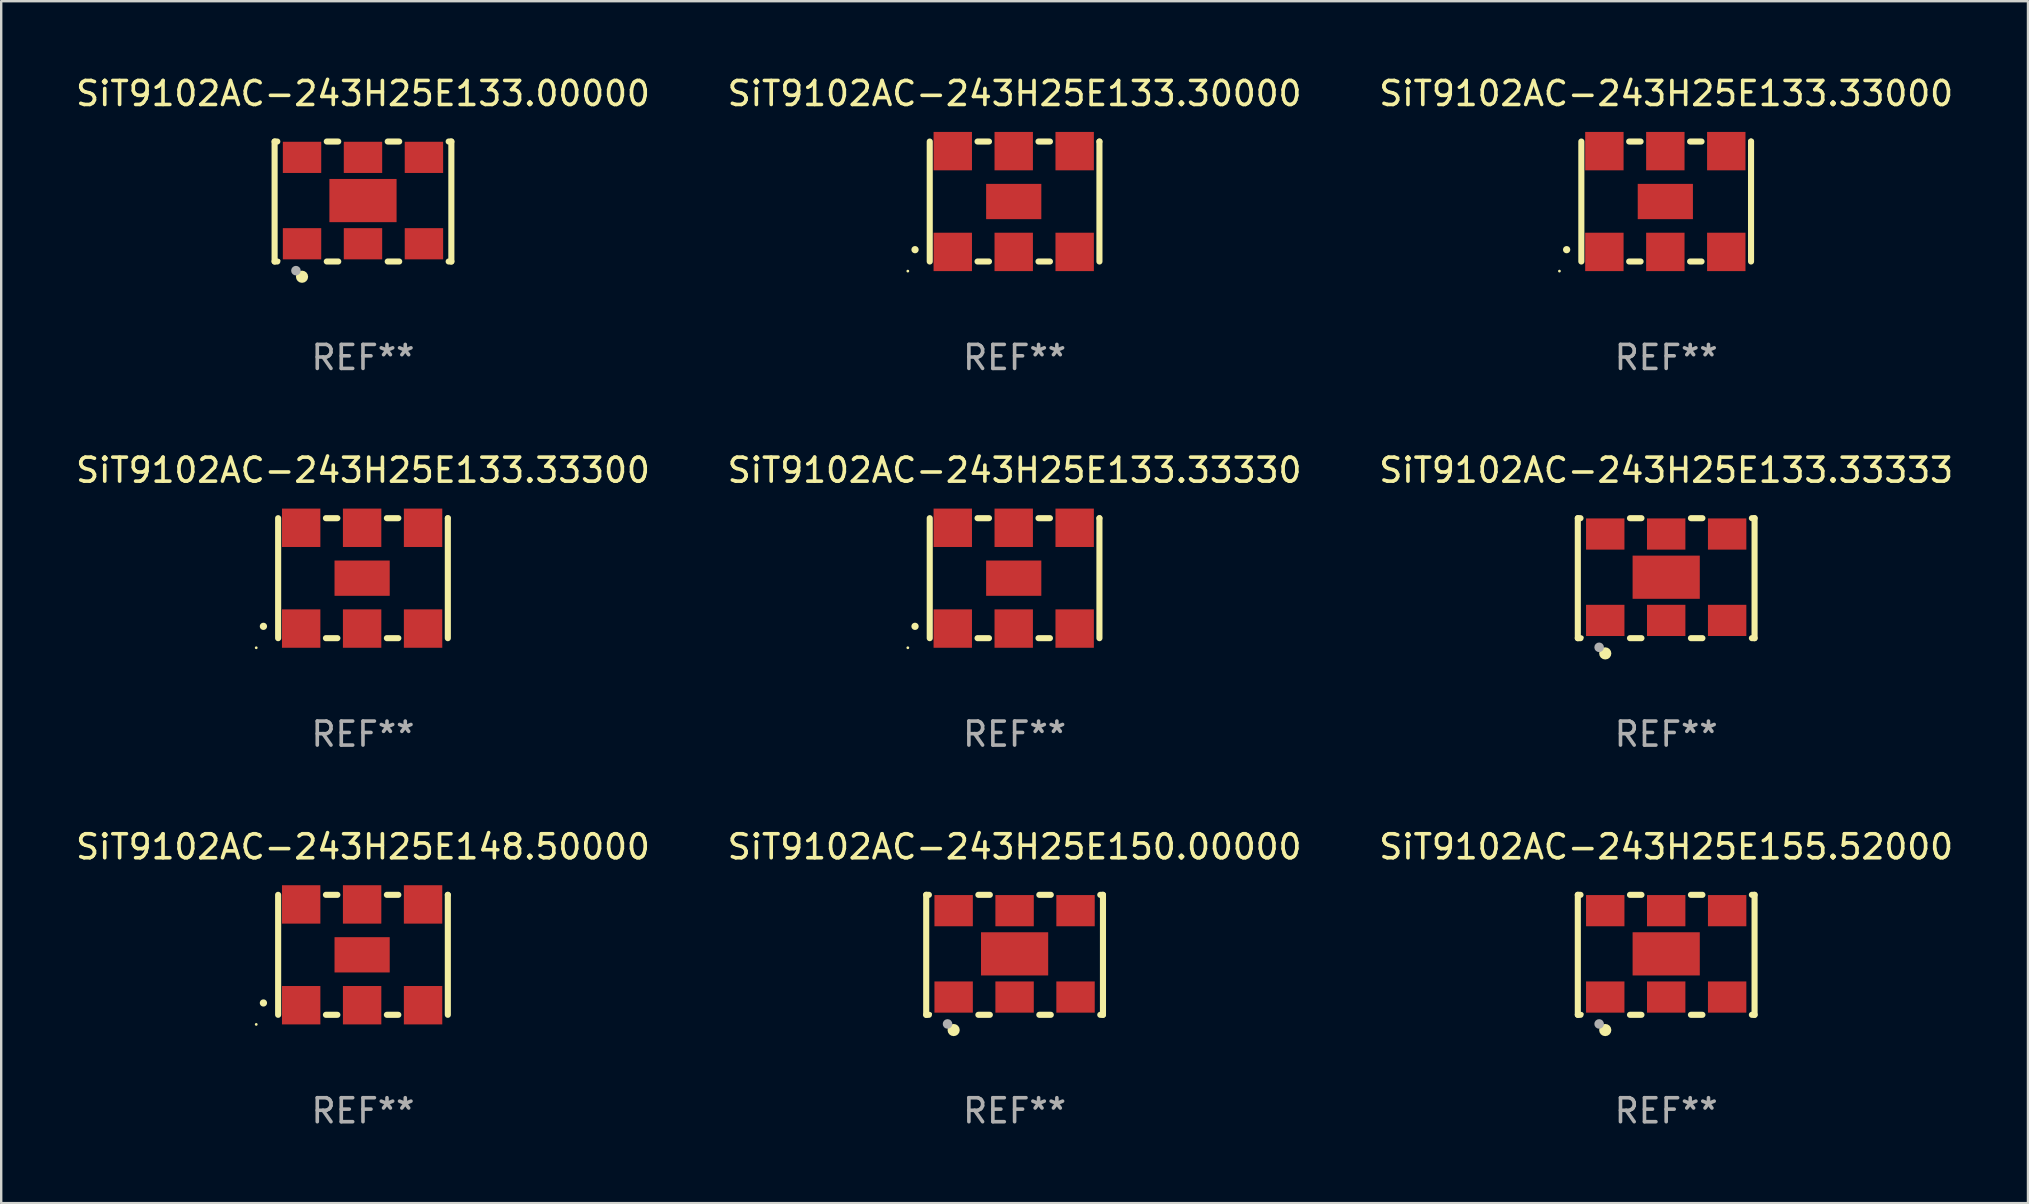
<source format=kicad_pcb>
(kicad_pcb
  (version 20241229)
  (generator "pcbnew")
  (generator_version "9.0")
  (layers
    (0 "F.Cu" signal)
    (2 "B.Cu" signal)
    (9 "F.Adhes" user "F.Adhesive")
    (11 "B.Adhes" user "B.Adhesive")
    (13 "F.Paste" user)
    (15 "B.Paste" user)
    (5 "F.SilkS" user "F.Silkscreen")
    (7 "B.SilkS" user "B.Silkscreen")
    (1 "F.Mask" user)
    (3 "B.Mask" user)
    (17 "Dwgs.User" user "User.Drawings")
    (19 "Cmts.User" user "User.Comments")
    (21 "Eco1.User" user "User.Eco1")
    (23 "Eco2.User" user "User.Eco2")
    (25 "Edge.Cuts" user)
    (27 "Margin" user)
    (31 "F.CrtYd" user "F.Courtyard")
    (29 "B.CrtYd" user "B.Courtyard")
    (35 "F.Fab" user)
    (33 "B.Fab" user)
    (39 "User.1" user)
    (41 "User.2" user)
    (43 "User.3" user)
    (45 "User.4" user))
  (footprint "SiT9102AC-243H25E150.00000"
    (layer "F.Cu")
    (at 39.232 36.741)
    (property "Reference" "SiT9102AC-243H25E150.00000" (at 0 -4.5 0) (layer "F.SilkS") (effects (font (size 1 1) (thickness 0.15))))
    (attr through_hole)
    (fp_line (start -3.683 -2.5) (end -3.571 -2.5) (stroke (width 0.254) (type solid)) (layer "F.SilkS"))
    (fp_line (start -3.683 2.5) (end -3.683 -2.5) (stroke (width 0.254) (type solid)) (layer "F.SilkS"))
    (fp_line (start -3.683 2.5) (end -3.571 2.5) (stroke (width 0.254) (type solid)) (layer "F.SilkS"))
    (fp_line (start -1.509 -2.5) (end -1.031 -2.5) (stroke (width 0.254) (type solid)) (layer "F.SilkS"))
    (fp_line (start -1.509 2.5) (end -1.031 2.5) (stroke (width 0.254) (type solid)) (layer "F.SilkS"))
    (fp_line (start 1.031 -2.5) (end 1.509 -2.5) (stroke (width 0.254) (type solid)) (layer "F.SilkS"))
    (fp_line (start 1.031 2.5) (end 1.509 2.5) (stroke (width 0.254) (type solid)) (layer "F.SilkS"))
    (fp_line (start 3.571 -2.5) (end 3.683 -2.5) (stroke (width 0.254) (type solid)) (layer "F.SilkS"))
    (fp_line (start 3.571 2.5) (end 3.683 2.5) (stroke (width 0.254) (type solid)) (layer "F.SilkS"))
    (fp_line (start 3.683 2.5) (end 3.683 -2.5) (stroke (width 0.254) (type solid)) (layer "F.SilkS"))
    (fp_circle (center -3.5 2.46) (end -3.47 2.46) (stroke (width 0.06) (type solid)) (fill no) (layer "F.SilkS"))
    (fp_circle (center -2.54 3.135) (end -2.413 3.135) (stroke (width 0.254) (type solid)) (fill no) (layer "F.SilkS"))
    (fp_circle (center -2.794 2.881) (end -2.694 2.881) (stroke (width 0.2) (type solid)) (fill no) (layer "F.Fab"))
    (fp_text user "REF**" (at 0 6.5 0) (layer "F.Fab") (effects (font (size 1 1) (thickness 0.15))))
    (pad "1" smd rect (at -2.54 1.76) (size 1.6 1.3) (layers "F.Cu" "F.Mask" "F.Paste"))
    (pad "2" smd rect (at 0 1.76) (size 1.6 1.3) (layers "F.Cu" "F.Mask" "F.Paste"))
    (pad "3" smd rect (at 2.54 1.76) (size 1.6 1.3) (layers "F.Cu" "F.Mask" "F.Paste"))
    (pad "4" smd rect (at 2.54 -1.84) (size 1.6 1.3) (layers "F.Cu" "F.Mask" "F.Paste"))
    (pad "5" smd rect (at 0 -1.84) (size 1.6 1.3) (layers "F.Cu" "F.Mask" "F.Paste"))
    (pad "6" smd rect (at -2.54 -1.84) (size 1.6 1.3) (layers "F.Cu" "F.Mask" "F.Paste"))
    (pad "7" smd rect (at 0 -0.04) (size 2.8 1.8) (layers "F.Cu" "F.Mask" "F.Paste")))
  (footprint "SiT9102AC-243H25E133.33330"
    (layer "F.Cu")
    (at 39.232 21.045)
    (property "Reference" "SiT9102AC-243H25E133.33330" (at 0 -4.5 0) (layer "F.SilkS") (effects (font (size 1 1) (thickness 0.15))))
    (attr through_hole)
    (fp_line (start -3.536 -2.5) (end -3.536 2.5) (stroke (width 0.254) (type solid)) (layer "F.SilkS"))
    (fp_line (start -1.544 2.5) (end -1.067 2.5) (stroke (width 0.254) (type solid)) (layer "F.SilkS"))
    (fp_line (start -1.067 -2.5) (end -1.544 -2.5) (stroke (width 0.254) (type solid)) (layer "F.SilkS"))
    (fp_line (start 0.996 2.5) (end 1.473 2.5) (stroke (width 0.254) (type solid)) (layer "F.SilkS"))
    (fp_line (start 1.473 -2.5) (end 0.996 -2.5) (stroke (width 0.254) (type solid)) (layer "F.SilkS"))
    (fp_line (start 3.536 -2.5) (end 3.536 -2.5) (stroke (width 0.254) (type solid)) (layer "F.SilkS"))
    (fp_line (start 3.536 2.5) (end 3.536 -2.5) (stroke (width 0.254) (type solid)) (layer "F.SilkS"))
    (fp_arc (start -4.150432 2.006604) (mid -4.149162 2.006599) (end -4.147892 2.006604) (stroke (width 0.3) (type solid)) (layer "F.SilkS"))
    (fp_circle (center -4.449 2.9) (end -4.419 2.9) (stroke (width 0.06) (type solid)) (fill no) (layer "F.SilkS"))
    (fp_text user "REF**" (at 0 6.5 0) (layer "F.Fab") (effects (font (size 1 1) (thickness 0.15))))
    (pad "1" smd rect (at -2.576 2.1) (size 1.6 1.6) (layers "F.Cu" "F.Mask" "F.Paste"))
    (pad "2" smd rect (at -0.036 2.1) (size 1.6 1.6) (layers "F.Cu" "F.Mask" "F.Paste"))
    (pad "3" smd rect (at 2.504 2.1) (size 1.6 1.6) (layers "F.Cu" "F.Mask" "F.Paste"))
    (pad "4" smd rect (at 2.504 -2.1) (size 1.6 1.6) (layers "F.Cu" "F.Mask" "F.Paste"))
    (pad "5" smd rect (at -0.036 -2.1) (size 1.6 1.6) (layers "F.Cu" "F.Mask" "F.Paste"))
    (pad "6" smd rect (at -2.576 -2.1) (size 1.6 1.6) (layers "F.Cu" "F.Mask" "F.Paste"))
    (pad "7" smd rect (at -0.036 0) (size 2.3 1.47) (layers "F.Cu" "F.Mask" "F.Paste")))
  (footprint "SiT9102AC-243H25E133.33000"
    (layer "F.Cu")
    (at 66.387 5.348)
    (property "Reference" "SiT9102AC-243H25E133.33000" (at 0 -4.5 0) (layer "F.SilkS") (effects (font (size 1 1) (thickness 0.15))))
    (attr through_hole)
    (fp_line (start -3.536 -2.5) (end -3.536 2.5) (stroke (width 0.254) (type solid)) (layer "F.SilkS"))
    (fp_line (start -1.544 2.5) (end -1.067 2.5) (stroke (width 0.254) (type solid)) (layer "F.SilkS"))
    (fp_line (start -1.067 -2.5) (end -1.544 -2.5) (stroke (width 0.254) (type solid)) (layer "F.SilkS"))
    (fp_line (start 0.996 2.5) (end 1.473 2.5) (stroke (width 0.254) (type solid)) (layer "F.SilkS"))
    (fp_line (start 1.473 -2.5) (end 0.996 -2.5) (stroke (width 0.254) (type solid)) (layer "F.SilkS"))
    (fp_line (start 3.536 -2.5) (end 3.536 -2.5) (stroke (width 0.254) (type solid)) (layer "F.SilkS"))
    (fp_line (start 3.536 2.5) (end 3.536 -2.5) (stroke (width 0.254) (type solid)) (layer "F.SilkS"))
    (fp_arc (start -4.150432 2.006604) (mid -4.149162 2.006599) (end -4.147892 2.006604) (stroke (width 0.3) (type solid)) (layer "F.SilkS"))
    (fp_circle (center -4.449 2.9) (end -4.419 2.9) (stroke (width 0.06) (type solid)) (fill no) (layer "F.SilkS"))
    (fp_text user "REF**" (at 0 6.5 0) (layer "F.Fab") (effects (font (size 1 1) (thickness 0.15))))
    (pad "1" smd rect (at -2.576 2.1) (size 1.6 1.6) (layers "F.Cu" "F.Mask" "F.Paste"))
    (pad "2" smd rect (at -0.036 2.1) (size 1.6 1.6) (layers "F.Cu" "F.Mask" "F.Paste"))
    (pad "3" smd rect (at 2.504 2.1) (size 1.6 1.6) (layers "F.Cu" "F.Mask" "F.Paste"))
    (pad "4" smd rect (at 2.504 -2.1) (size 1.6 1.6) (layers "F.Cu" "F.Mask" "F.Paste"))
    (pad "5" smd rect (at -0.036 -2.1) (size 1.6 1.6) (layers "F.Cu" "F.Mask" "F.Paste"))
    (pad "6" smd rect (at -2.576 -2.1) (size 1.6 1.6) (layers "F.Cu" "F.Mask" "F.Paste"))
    (pad "7" smd rect (at -0.036 0) (size 2.3 1.47) (layers "F.Cu" "F.Mask" "F.Paste")))
  (footprint "SiT9102AC-243H25E133.33300"
    (layer "F.Cu")
    (at 12.077 21.045)
    (property "Reference" "SiT9102AC-243H25E133.33300" (at 0 -4.5 0) (layer "F.SilkS") (effects (font (size 1 1) (thickness 0.15))))
    (attr through_hole)
    (fp_line (start -3.536 -2.5) (end -3.536 2.5) (stroke (width 0.254) (type solid)) (layer "F.SilkS"))
    (fp_line (start -1.544 2.5) (end -1.067 2.5) (stroke (width 0.254) (type solid)) (layer "F.SilkS"))
    (fp_line (start -1.067 -2.5) (end -1.544 -2.5) (stroke (width 0.254) (type solid)) (layer "F.SilkS"))
    (fp_line (start 0.996 2.5) (end 1.473 2.5) (stroke (width 0.254) (type solid)) (layer "F.SilkS"))
    (fp_line (start 1.473 -2.5) (end 0.996 -2.5) (stroke (width 0.254) (type solid)) (layer "F.SilkS"))
    (fp_line (start 3.536 -2.5) (end 3.536 -2.5) (stroke (width 0.254) (type solid)) (layer "F.SilkS"))
    (fp_line (start 3.536 2.5) (end 3.536 -2.5) (stroke (width 0.254) (type solid)) (layer "F.SilkS"))
    (fp_arc (start -4.150432 2.006604) (mid -4.149162 2.006599) (end -4.147892 2.006604) (stroke (width 0.3) (type solid)) (layer "F.SilkS"))
    (fp_circle (center -4.449 2.9) (end -4.419 2.9) (stroke (width 0.06) (type solid)) (fill no) (layer "F.SilkS"))
    (fp_text user "REF**" (at 0 6.5 0) (layer "F.Fab") (effects (font (size 1 1) (thickness 0.15))))
    (pad "1" smd rect (at -2.576 2.1) (size 1.6 1.6) (layers "F.Cu" "F.Mask" "F.Paste"))
    (pad "2" smd rect (at -0.036 2.1) (size 1.6 1.6) (layers "F.Cu" "F.Mask" "F.Paste"))
    (pad "3" smd rect (at 2.504 2.1) (size 1.6 1.6) (layers "F.Cu" "F.Mask" "F.Paste"))
    (pad "4" smd rect (at 2.504 -2.1) (size 1.6 1.6) (layers "F.Cu" "F.Mask" "F.Paste"))
    (pad "5" smd rect (at -0.036 -2.1) (size 1.6 1.6) (layers "F.Cu" "F.Mask" "F.Paste"))
    (pad "6" smd rect (at -2.576 -2.1) (size 1.6 1.6) (layers "F.Cu" "F.Mask" "F.Paste"))
    (pad "7" smd rect (at -0.036 0) (size 2.3 1.47) (layers "F.Cu" "F.Mask" "F.Paste")))
  (footprint "SiT9102AC-243H25E148.50000"
    (layer "F.Cu")
    (at 12.077 36.741)
    (property "Reference" "SiT9102AC-243H25E148.50000" (at 0 -4.5 0) (layer "F.SilkS") (effects (font (size 1 1) (thickness 0.15))))
    (attr through_hole)
    (fp_line (start -3.536 -2.5) (end -3.536 2.5) (stroke (width 0.254) (type solid)) (layer "F.SilkS"))
    (fp_line (start -1.544 2.5) (end -1.067 2.5) (stroke (width 0.254) (type solid)) (layer "F.SilkS"))
    (fp_line (start -1.067 -2.5) (end -1.544 -2.5) (stroke (width 0.254) (type solid)) (layer "F.SilkS"))
    (fp_line (start 0.996 2.5) (end 1.473 2.5) (stroke (width 0.254) (type solid)) (layer "F.SilkS"))
    (fp_line (start 1.473 -2.5) (end 0.996 -2.5) (stroke (width 0.254) (type solid)) (layer "F.SilkS"))
    (fp_line (start 3.536 -2.5) (end 3.536 -2.5) (stroke (width 0.254) (type solid)) (layer "F.SilkS"))
    (fp_line (start 3.536 2.5) (end 3.536 -2.5) (stroke (width 0.254) (type solid)) (layer "F.SilkS"))
    (fp_arc (start -4.150432 2.006604) (mid -4.149162 2.006599) (end -4.147892 2.006604) (stroke (width 0.3) (type solid)) (layer "F.SilkS"))
    (fp_circle (center -4.449 2.9) (end -4.419 2.9) (stroke (width 0.06) (type solid)) (fill no) (layer "F.SilkS"))
    (fp_text user "REF**" (at 0 6.5 0) (layer "F.Fab") (effects (font (size 1 1) (thickness 0.15))))
    (pad "1" smd rect (at -2.576 2.1) (size 1.6 1.6) (layers "F.Cu" "F.Mask" "F.Paste"))
    (pad "2" smd rect (at -0.036 2.1) (size 1.6 1.6) (layers "F.Cu" "F.Mask" "F.Paste"))
    (pad "3" smd rect (at 2.504 2.1) (size 1.6 1.6) (layers "F.Cu" "F.Mask" "F.Paste"))
    (pad "4" smd rect (at 2.504 -2.1) (size 1.6 1.6) (layers "F.Cu" "F.Mask" "F.Paste"))
    (pad "5" smd rect (at -0.036 -2.1) (size 1.6 1.6) (layers "F.Cu" "F.Mask" "F.Paste"))
    (pad "6" smd rect (at -2.576 -2.1) (size 1.6 1.6) (layers "F.Cu" "F.Mask" "F.Paste"))
    (pad "7" smd rect (at -0.036 0) (size 2.3 1.47) (layers "F.Cu" "F.Mask" "F.Paste")))
  (footprint "SiT9102AC-243H25E133.30000"
    (layer "F.Cu")
    (at 39.232 5.348)
    (property "Reference" "SiT9102AC-243H25E133.30000" (at 0 -4.5 0) (layer "F.SilkS") (effects (font (size 1 1) (thickness 0.15))))
    (attr through_hole)
    (fp_line (start -3.536 -2.5) (end -3.536 2.5) (stroke (width 0.254) (type solid)) (layer "F.SilkS"))
    (fp_line (start -1.544 2.5) (end -1.067 2.5) (stroke (width 0.254) (type solid)) (layer "F.SilkS"))
    (fp_line (start -1.067 -2.5) (end -1.544 -2.5) (stroke (width 0.254) (type solid)) (layer "F.SilkS"))
    (fp_line (start 0.996 2.5) (end 1.473 2.5) (stroke (width 0.254) (type solid)) (layer "F.SilkS"))
    (fp_line (start 1.473 -2.5) (end 0.996 -2.5) (stroke (width 0.254) (type solid)) (layer "F.SilkS"))
    (fp_line (start 3.536 -2.5) (end 3.536 -2.5) (stroke (width 0.254) (type solid)) (layer "F.SilkS"))
    (fp_line (start 3.536 2.5) (end 3.536 -2.5) (stroke (width 0.254) (type solid)) (layer "F.SilkS"))
    (fp_arc (start -4.150432 2.006604) (mid -4.149162 2.006599) (end -4.147892 2.006604) (stroke (width 0.3) (type solid)) (layer "F.SilkS"))
    (fp_circle (center -4.449 2.9) (end -4.419 2.9) (stroke (width 0.06) (type solid)) (fill no) (layer "F.SilkS"))
    (fp_text user "REF**" (at 0 6.5 0) (layer "F.Fab") (effects (font (size 1 1) (thickness 0.15))))
    (pad "1" smd rect (at -2.576 2.1) (size 1.6 1.6) (layers "F.Cu" "F.Mask" "F.Paste"))
    (pad "2" smd rect (at -0.036 2.1) (size 1.6 1.6) (layers "F.Cu" "F.Mask" "F.Paste"))
    (pad "3" smd rect (at 2.504 2.1) (size 1.6 1.6) (layers "F.Cu" "F.Mask" "F.Paste"))
    (pad "4" smd rect (at 2.504 -2.1) (size 1.6 1.6) (layers "F.Cu" "F.Mask" "F.Paste"))
    (pad "5" smd rect (at -0.036 -2.1) (size 1.6 1.6) (layers "F.Cu" "F.Mask" "F.Paste"))
    (pad "6" smd rect (at -2.576 -2.1) (size 1.6 1.6) (layers "F.Cu" "F.Mask" "F.Paste"))
    (pad "7" smd rect (at -0.036 0) (size 2.3 1.47) (layers "F.Cu" "F.Mask" "F.Paste")))
  (footprint "SiT9102AC-243H25E155.52000"
    (layer "F.Cu")
    (at 66.387 36.741)
    (property "Reference" "SiT9102AC-243H25E155.52000" (at 0 -4.5 0) (layer "F.SilkS") (effects (font (size 1 1) (thickness 0.15))))
    (attr through_hole)
    (fp_line (start -3.683 -2.5) (end -3.571 -2.5) (stroke (width 0.254) (type solid)) (layer "F.SilkS"))
    (fp_line (start -3.683 2.5) (end -3.683 -2.5) (stroke (width 0.254) (type solid)) (layer "F.SilkS"))
    (fp_line (start -3.683 2.5) (end -3.571 2.5) (stroke (width 0.254) (type solid)) (layer "F.SilkS"))
    (fp_line (start -1.509 -2.5) (end -1.031 -2.5) (stroke (width 0.254) (type solid)) (layer "F.SilkS"))
    (fp_line (start -1.509 2.5) (end -1.031 2.5) (stroke (width 0.254) (type solid)) (layer "F.SilkS"))
    (fp_line (start 1.031 -2.5) (end 1.509 -2.5) (stroke (width 0.254) (type solid)) (layer "F.SilkS"))
    (fp_line (start 1.031 2.5) (end 1.509 2.5) (stroke (width 0.254) (type solid)) (layer "F.SilkS"))
    (fp_line (start 3.571 -2.5) (end 3.683 -2.5) (stroke (width 0.254) (type solid)) (layer "F.SilkS"))
    (fp_line (start 3.571 2.5) (end 3.683 2.5) (stroke (width 0.254) (type solid)) (layer "F.SilkS"))
    (fp_line (start 3.683 2.5) (end 3.683 -2.5) (stroke (width 0.254) (type solid)) (layer "F.SilkS"))
    (fp_circle (center -3.5 2.46) (end -3.47 2.46) (stroke (width 0.06) (type solid)) (fill no) (layer "F.SilkS"))
    (fp_circle (center -2.54 3.135) (end -2.413 3.135) (stroke (width 0.254) (type solid)) (fill no) (layer "F.SilkS"))
    (fp_circle (center -2.794 2.881) (end -2.694 2.881) (stroke (width 0.2) (type solid)) (fill no) (layer "F.Fab"))
    (fp_text user "REF**" (at 0 6.5 0) (layer "F.Fab") (effects (font (size 1 1) (thickness 0.15))))
    (pad "1" smd rect (at -2.54 1.76) (size 1.6 1.3) (layers "F.Cu" "F.Mask" "F.Paste"))
    (pad "2" smd rect (at 0 1.76) (size 1.6 1.3) (layers "F.Cu" "F.Mask" "F.Paste"))
    (pad "3" smd rect (at 2.54 1.76) (size 1.6 1.3) (layers "F.Cu" "F.Mask" "F.Paste"))
    (pad "4" smd rect (at 2.54 -1.84) (size 1.6 1.3) (layers "F.Cu" "F.Mask" "F.Paste"))
    (pad "5" smd rect (at 0 -1.84) (size 1.6 1.3) (layers "F.Cu" "F.Mask" "F.Paste"))
    (pad "6" smd rect (at -2.54 -1.84) (size 1.6 1.3) (layers "F.Cu" "F.Mask" "F.Paste"))
    (pad "7" smd rect (at 0 -0.04) (size 2.8 1.8) (layers "F.Cu" "F.Mask" "F.Paste")))
  (footprint "SiT9102AC-243H25E133.33333"
    (layer "F.Cu")
    (at 66.387 21.045)
    (property "Reference" "SiT9102AC-243H25E133.33333" (at 0 -4.5 0) (layer "F.SilkS") (effects (font (size 1 1) (thickness 0.15))))
    (attr through_hole)
    (fp_line (start -3.683 -2.5) (end -3.571 -2.5) (stroke (width 0.254) (type solid)) (layer "F.SilkS"))
    (fp_line (start -3.683 2.5) (end -3.683 -2.5) (stroke (width 0.254) (type solid)) (layer "F.SilkS"))
    (fp_line (start -3.683 2.5) (end -3.571 2.5) (stroke (width 0.254) (type solid)) (layer "F.SilkS"))
    (fp_line (start -1.509 -2.5) (end -1.031 -2.5) (stroke (width 0.254) (type solid)) (layer "F.SilkS"))
    (fp_line (start -1.509 2.5) (end -1.031 2.5) (stroke (width 0.254) (type solid)) (layer "F.SilkS"))
    (fp_line (start 1.031 -2.5) (end 1.509 -2.5) (stroke (width 0.254) (type solid)) (layer "F.SilkS"))
    (fp_line (start 1.031 2.5) (end 1.509 2.5) (stroke (width 0.254) (type solid)) (layer "F.SilkS"))
    (fp_line (start 3.571 -2.5) (end 3.683 -2.5) (stroke (width 0.254) (type solid)) (layer "F.SilkS"))
    (fp_line (start 3.571 2.5) (end 3.683 2.5) (stroke (width 0.254) (type solid)) (layer "F.SilkS"))
    (fp_line (start 3.683 2.5) (end 3.683 -2.5) (stroke (width 0.254) (type solid)) (layer "F.SilkS"))
    (fp_circle (center -3.5 2.46) (end -3.47 2.46) (stroke (width 0.06) (type solid)) (fill no) (layer "F.SilkS"))
    (fp_circle (center -2.54 3.135) (end -2.413 3.135) (stroke (width 0.254) (type solid)) (fill no) (layer "F.SilkS"))
    (fp_circle (center -2.794 2.881) (end -2.694 2.881) (stroke (width 0.2) (type solid)) (fill no) (layer "F.Fab"))
    (fp_text user "REF**" (at 0 6.5 0) (layer "F.Fab") (effects (font (size 1 1) (thickness 0.15))))
    (pad "1" smd rect (at -2.54 1.76) (size 1.6 1.3) (layers "F.Cu" "F.Mask" "F.Paste"))
    (pad "2" smd rect (at 0 1.76) (size 1.6 1.3) (layers "F.Cu" "F.Mask" "F.Paste"))
    (pad "3" smd rect (at 2.54 1.76) (size 1.6 1.3) (layers "F.Cu" "F.Mask" "F.Paste"))
    (pad "4" smd rect (at 2.54 -1.84) (size 1.6 1.3) (layers "F.Cu" "F.Mask" "F.Paste"))
    (pad "5" smd rect (at 0 -1.84) (size 1.6 1.3) (layers "F.Cu" "F.Mask" "F.Paste"))
    (pad "6" smd rect (at -2.54 -1.84) (size 1.6 1.3) (layers "F.Cu" "F.Mask" "F.Paste"))
    (pad "7" smd rect (at 0 -0.04) (size 2.8 1.8) (layers "F.Cu" "F.Mask" "F.Paste")))
  (footprint "SiT9102AC-243H25E133.00000"
    (layer "F.Cu")
    (at 12.077 5.348)
    (property "Reference" "SiT9102AC-243H25E133.00000" (at 0 -4.5 0) (layer "F.SilkS") (effects (font (size 1 1) (thickness 0.15))))
    (attr through_hole)
    (fp_line (start -3.683 -2.5) (end -3.571 -2.5) (stroke (width 0.254) (type solid)) (layer "F.SilkS"))
    (fp_line (start -3.683 2.5) (end -3.683 -2.5) (stroke (width 0.254) (type solid)) (layer "F.SilkS"))
    (fp_line (start -3.683 2.5) (end -3.571 2.5) (stroke (width 0.254) (type solid)) (layer "F.SilkS"))
    (fp_line (start -1.509 -2.5) (end -1.031 -2.5) (stroke (width 0.254) (type solid)) (layer "F.SilkS"))
    (fp_line (start -1.509 2.5) (end -1.031 2.5) (stroke (width 0.254) (type solid)) (layer "F.SilkS"))
    (fp_line (start 1.031 -2.5) (end 1.509 -2.5) (stroke (width 0.254) (type solid)) (layer "F.SilkS"))
    (fp_line (start 1.031 2.5) (end 1.509 2.5) (stroke (width 0.254) (type solid)) (layer "F.SilkS"))
    (fp_line (start 3.571 -2.5) (end 3.683 -2.5) (stroke (width 0.254) (type solid)) (layer "F.SilkS"))
    (fp_line (start 3.571 2.5) (end 3.683 2.5) (stroke (width 0.254) (type solid)) (layer "F.SilkS"))
    (fp_line (start 3.683 2.5) (end 3.683 -2.5) (stroke (width 0.254) (type solid)) (layer "F.SilkS"))
    (fp_circle (center -3.5 2.46) (end -3.47 2.46) (stroke (width 0.06) (type solid)) (fill no) (layer "F.SilkS"))
    (fp_circle (center -2.54 3.135) (end -2.413 3.135) (stroke (width 0.254) (type solid)) (fill no) (layer "F.SilkS"))
    (fp_circle (center -2.794 2.881) (end -2.694 2.881) (stroke (width 0.2) (type solid)) (fill no) (layer "F.Fab"))
    (fp_text user "REF**" (at 0 6.5 0) (layer "F.Fab") (effects (font (size 1 1) (thickness 0.15))))
    (pad "1" smd rect (at -2.54 1.76) (size 1.6 1.3) (layers "F.Cu" "F.Mask" "F.Paste"))
    (pad "2" smd rect (at 0 1.76) (size 1.6 1.3) (layers "F.Cu" "F.Mask" "F.Paste"))
    (pad "3" smd rect (at 2.54 1.76) (size 1.6 1.3) (layers "F.Cu" "F.Mask" "F.Paste"))
    (pad "4" smd rect (at 2.54 -1.84) (size 1.6 1.3) (layers "F.Cu" "F.Mask" "F.Paste"))
    (pad "5" smd rect (at 0 -1.84) (size 1.6 1.3) (layers "F.Cu" "F.Mask" "F.Paste"))
    (pad "6" smd rect (at -2.54 -1.84) (size 1.6 1.3) (layers "F.Cu" "F.Mask" "F.Paste"))
    (pad "7" smd rect (at 0 -0.04) (size 2.8 1.8) (layers "F.Cu" "F.Mask" "F.Paste")))
  (gr_rect
    (start -3 -3)
    (end 81.464 47.09)
    (stroke (width 0.1) (type default))
    (fill no)
    (layer "Edge.Cuts")))
</source>
